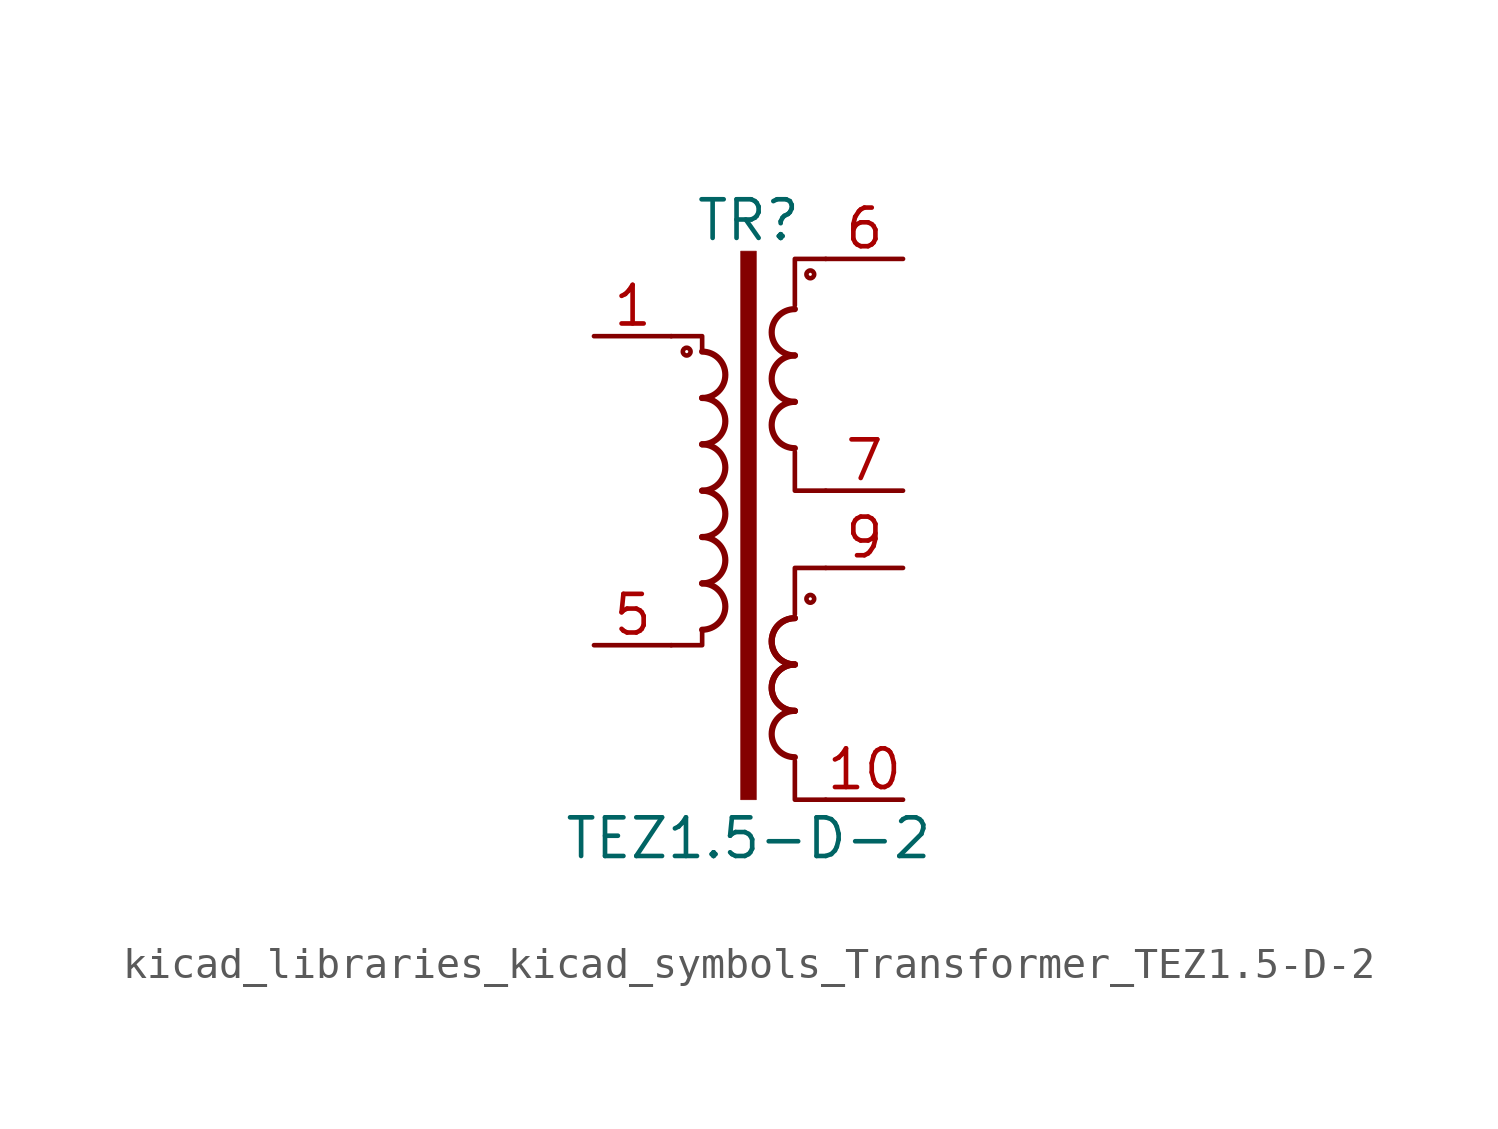
<source format=kicad_sym>
(kicad_symbol_lib
  (version 20220914)
  (generator kicad_symbol_editor)
  (symbol "kicad_libraries_kicad_symbols_Transformer_TEZ1.5-D-2"
    (pin_names
      (offset 0.025))
    (property "Reference" "TR"
      (at 0 8.89 0)
      (effects (font (size 1.27 1.27))))
    (property "Value" "TEZ1.5-D-2"
      (at 0 -11.43 0)
      (effects (font (size 1.27 1.27))))
    (symbol "kicad_libraries_kicad_symbols_Transformer_TEZ1.5-D-2_0_1"
      (circle (center -2.032 4.572) (radius 0.127) (stroke (width 0) (type default)) (fill (type none)))
      (arc (start -1.524 -4.572) (mid -0.7653 -3.81) (end -1.524 -3.048) (stroke (width 0.2032) (type default)) (fill (type none)))
      (arc (start -1.524 -3.048) (mid -0.7653 -2.286) (end -1.524 -1.524) (stroke (width 0.2032) (type default)) (fill (type none)))
      (arc (start -1.524 -1.524) (mid -0.7653 -0.762) (end -1.524 0) (stroke (width 0.2032) (type default)) (fill (type none)))
      (arc (start -1.524 0) (mid -0.7653 0.762) (end -1.524 1.524) (stroke (width 0.2032) (type default)) (fill (type none)))
      (arc (start -1.524 1.524) (mid -0.7653 2.286) (end -1.524 3.048) (stroke (width 0.2032) (type default)) (fill (type none)))
      (arc (start -1.524 3.048) (mid -0.7653 3.81) (end -1.524 4.572) (stroke (width 0.2032) (type default)) (fill (type none)))
      (rectangle (start -0.254 7.874) (end 0.254 -10.16) (stroke (width 0.025) (type default)) (fill (type outline)))
      (polyline (pts (xy -1.524 -4.572) (xy -1.524 -5.08) (xy -2.54 -5.08)) (stroke (width 0) (type default)) (fill (type none)))
      (polyline (pts (xy -1.524 4.572) (xy -1.524 5.08) (xy -2.54 5.08)) (stroke (width 0) (type default)) (fill (type none)))
      (polyline (pts (xy 1.524 -8.89) (xy 1.524 -10.16) (xy 2.54 -10.16)) (stroke (width 0) (type default)) (fill (type none)))
      (polyline (pts (xy 2.54 -2.54) (xy 1.524 -2.54) (xy 1.524 -4.064)) (stroke (width 0) (type default)) (fill (type none)))
      (polyline (pts (xy 2.54 0) (xy 1.524 0) (xy 1.524 1.27)) (stroke (width 0) (type default)) (fill (type none)))
      (polyline (pts (xy 2.54 7.62) (xy 1.524 7.62) (xy 1.524 6.096)) (stroke (width 0) (type default)) (fill (type none)))
      (arc (start 1.524 -7.239) (mid 0.7653 -8.001) (end 1.524 -8.763) (stroke (width 0.2032) (type default)) (fill (type none)))
      (arc (start 1.524 -5.715) (mid 0.7653 -6.477) (end 1.524 -7.239) (stroke (width 0.2032) (type default)) (fill (type none)))
      (arc (start 1.524 -5.715) (mid 0.7653 -6.477) (end 1.524 -7.239) (stroke (width 0.2032) (type default)) (fill (type none)))
      (arc (start 1.524 -4.191) (mid 0.7653 -4.953) (end 1.524 -5.715) (stroke (width 0.2032) (type default)) (fill (type none)))
      (arc (start 1.524 -4.191) (mid 0.7653 -4.953) (end 1.524 -5.715) (stroke (width 0.2032) (type default)) (fill (type none)))
      (arc (start 1.524 2.921) (mid 0.7653 2.159) (end 1.524 1.397) (stroke (width 0.2032) (type default)) (fill (type none)))
      (arc (start 1.524 4.445) (mid 0.7653 3.683) (end 1.524 2.921) (stroke (width 0.2032) (type default)) (fill (type none)))
      (arc (start 1.524 5.969) (mid 0.7653 5.207) (end 1.524 4.445) (stroke (width 0.2032) (type default)) (fill (type none)))
      (circle (center 2.032 -3.556) (radius 0.127) (stroke (width 0) (type default)) (fill (type none)))
      (circle (center 2.032 7.112) (radius 0.127) (stroke (width 0) (type default)) (fill (type none))))
    (symbol "kicad_libraries_kicad_symbols_Transformer_TEZ1.5-D-2_1_1"
      (pin passive line (at -5.08 5.08 0) (length 2.54) (name "~" (effects (font (size 1.27 1.27)))) (number "1" (effects (font (size 1.27 1.27)))))
      (pin passive line (at 5.08 -10.16 180) (length 2.54) (name "~" (effects (font (size 1.27 1.27)))) (number "10" (effects (font (size 1.27 1.27)))))
      (pin passive line (at -5.08 -5.08 0) (length 2.54) (name "~" (effects (font (size 1.27 1.27)))) (number "5" (effects (font (size 1.27 1.27)))))
      (pin passive line (at 5.08 7.62 180) (length 2.54) (name "~" (effects (font (size 1.27 1.27)))) (number "6" (effects (font (size 1.27 1.27)))))
      (pin passive line (at 5.08 0 180) (length 2.54) (name "~" (effects (font (size 1.27 1.27)))) (number "7" (effects (font (size 1.27 1.27)))))
      (pin passive line (at 5.08 -2.54 180) (length 2.54) (name "~" (effects (font (size 1.27 1.27)))) (number "9" (effects (font (size 1.27 1.27))))))))
</source>
